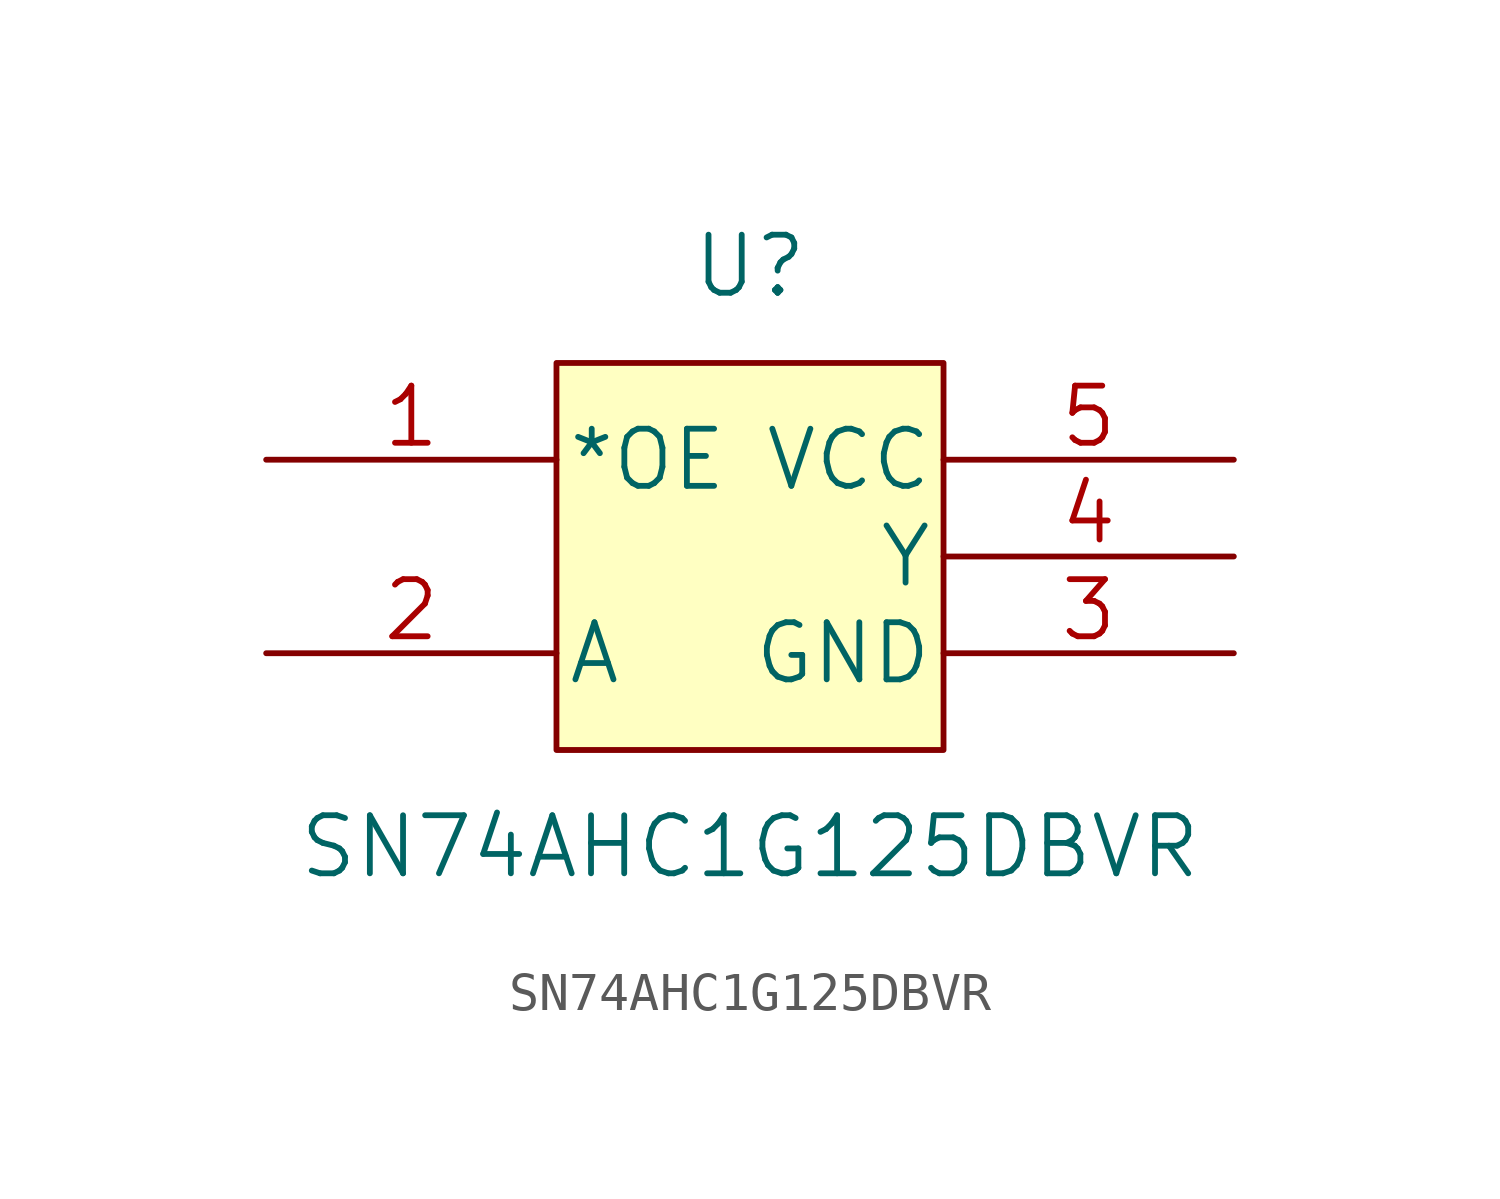
<source format=kicad_sym>
(kicad_symbol_lib
  (version 20211014)
  (generator kicad_symbol_editor)
  (symbol "SN74AHC1G125DBVR"
    (pin_names
      (offset 0.254))
    (property "Reference" "U"
      (at 0 5.08 0)
      (effects (font (size 1.524 1.524))))
    (property "Value" "SN74AHC1G125DBVR"
      (at 0 -10.16 0)
      (effects (font (size 1.524 1.524))))
    (property "Datasheet" ""
      (at -12.7 0 0)
      (effects (font (size 1.524 1.524))))
    (property "ki_locked" ""
      (at 0 0 0)
      (effects (font (size 1.27 1.27))))
    (symbol "SN74AHC1G125DBVR_0_1"
      (rectangle (start -5.08 2.54) (end 5.08 -7.62) (stroke (width 0) (type default) (color 0 0 0 0)) (fill (type background))))
    (symbol "SN74AHC1G125DBVR_1_1"
      (pin input line (at -12.7 0 0) (length 7.62) (name "*OE" (effects (font (size 1.499 1.499)))) (number "1" (effects (font (size 1.499 1.499)))))
      (pin input line (at -12.7 -5.08 0) (length 7.62) (name "A" (effects (font (size 1.499 1.499)))) (number "2" (effects (font (size 1.499 1.499)))))
      (pin power_in line (at 12.7 -5.08 180) (length 7.62) (name "GND" (effects (font (size 1.499 1.499)))) (number "3" (effects (font (size 1.499 1.499)))))
      (pin output line (at 12.7 -2.54 180) (length 7.62) (name "Y" (effects (font (size 1.499 1.499)))) (number "4" (effects (font (size 1.499 1.499)))))
      (pin power_in line (at 12.7 0 180) (length 7.62) (name "VCC" (effects (font (size 1.499 1.499)))) (number "5" (effects (font (size 1.499 1.499))))))))
</source>
